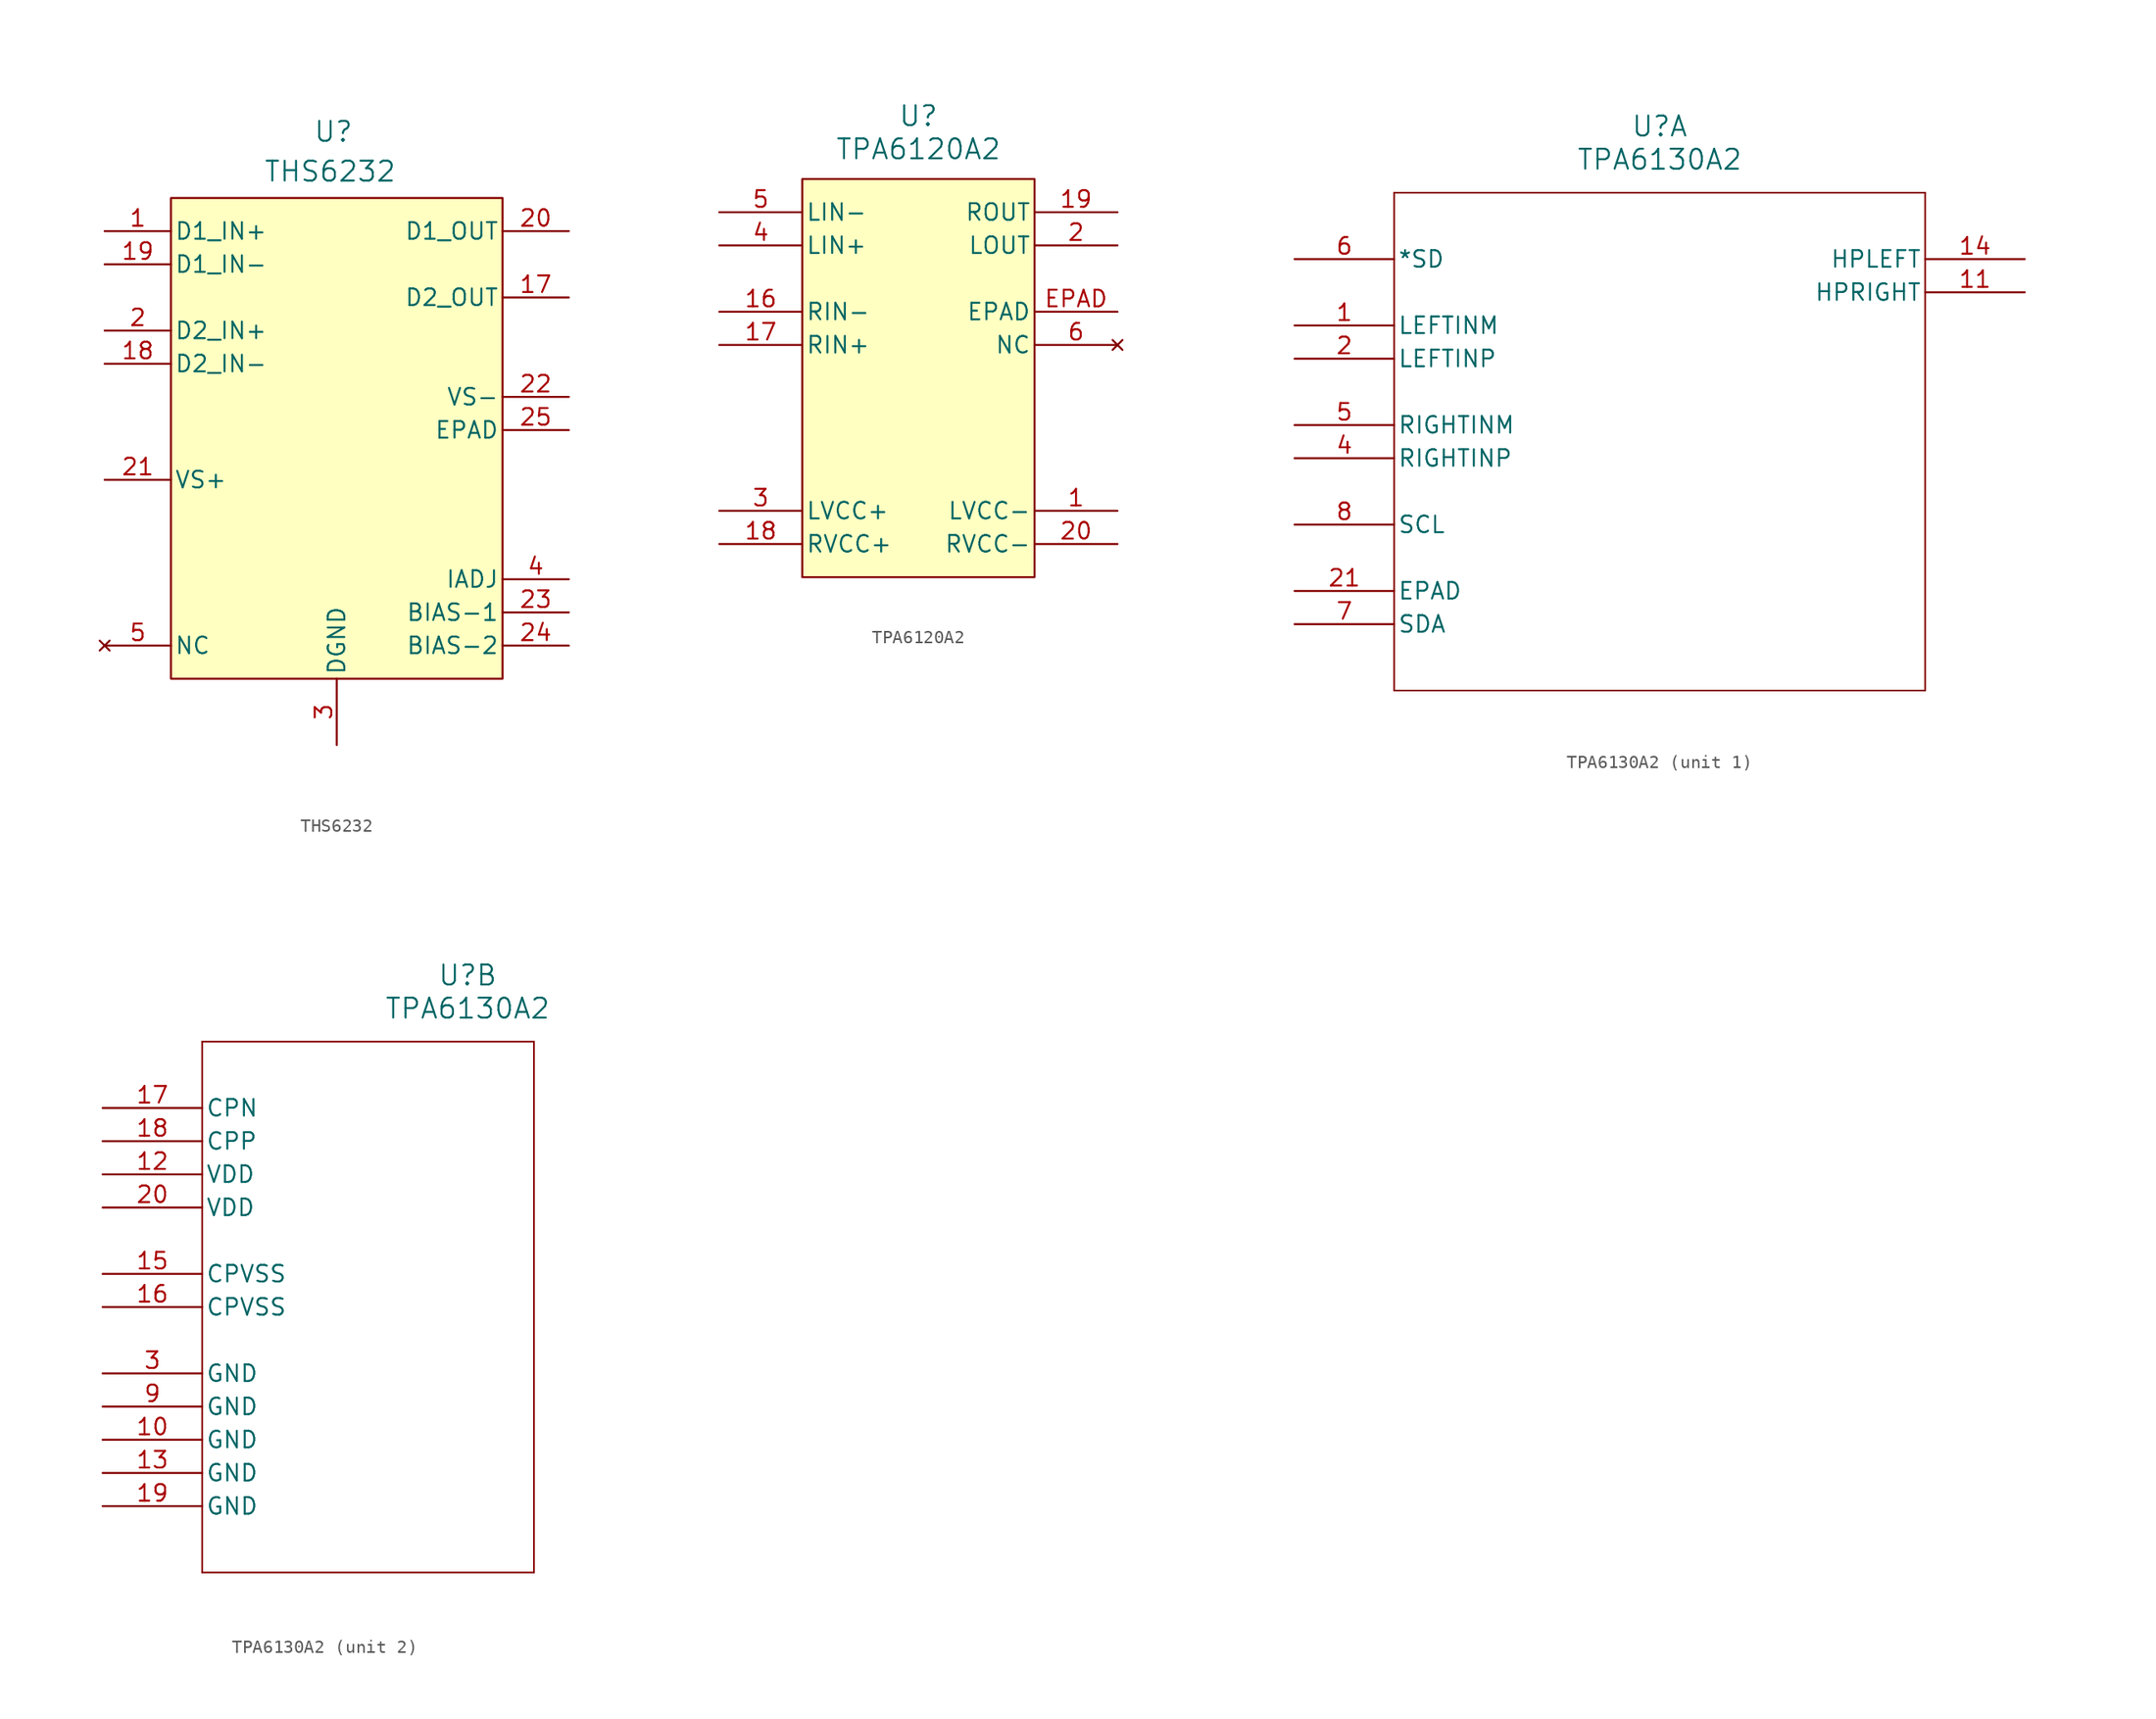
<source format=kicad_sym>
(kicad_symbol_lib
  (version 20241209)
  (generator "kicad_symbol_editor")
  (generator_version "9.0")
  (symbol "THS6232"
    (pin_names
      (offset 0.254))
    (property "Reference" "U"
      (at -0.254 24.13 0)
      (effects (font (size 1.524 1.524))))
    (property "Value" "THS6232"
      (at -0.508 21.082 0)
      (effects (font (size 1.524 1.524))))
    (symbol "THS6232_0_1"
      (pin input line (at -17.78 16.51 0) (length 5.08) (name "D1_IN+" (effects (font (size 1.27 1.27)))) (number "1" (effects (font (size 1.27 1.27)))))
      (pin input line (at -17.78 13.97 0) (length 5.08) (name "D1_IN-" (effects (font (size 1.27 1.27)))) (number "19" (effects (font (size 1.27 1.27)))))
      (pin input line (at -17.78 8.89 0) (length 5.08) (name "D2_IN+" (effects (font (size 1.27 1.27)))) (number "2" (effects (font (size 1.27 1.27)))))
      (pin input line (at -17.78 6.35 0) (length 5.08) (name "D2_IN-" (effects (font (size 1.27 1.27)))) (number "18" (effects (font (size 1.27 1.27)))))
      (pin power_in line (at -17.78 -2.54 0) (length 5.08) (name "VS+" (effects (font (size 1.27 1.27)))) (number "21" (effects (font (size 1.27 1.27)))))
      (pin no_connect line (at -17.78 -15.24 0) (length 5.08) (hide yes) (name "NC" (effects (font (size 1.27 1.27)))) (number "10" (effects (font (size 1.27 1.27)))))
      (pin no_connect line (at -17.78 -15.24 0) (length 5.08) (hide yes) (name "NC" (effects (font (size 1.27 1.27)))) (number "11" (effects (font (size 1.27 1.27)))))
      (pin no_connect line (at -17.78 -15.24 0) (length 5.08) (hide yes) (name "NC" (effects (font (size 1.27 1.27)))) (number "12" (effects (font (size 1.27 1.27)))))
      (pin no_connect line (at -17.78 -15.24 0) (length 5.08) (hide yes) (name "NC" (effects (font (size 1.27 1.27)))) (number "13" (effects (font (size 1.27 1.27)))))
      (pin no_connect line (at -17.78 -15.24 0) (length 5.08) (hide yes) (name "NC" (effects (font (size 1.27 1.27)))) (number "14" (effects (font (size 1.27 1.27)))))
      (pin no_connect line (at -17.78 -15.24 0) (length 5.08) (hide yes) (name "NC" (effects (font (size 1.27 1.27)))) (number "15" (effects (font (size 1.27 1.27)))))
      (pin no_connect line (at -17.78 -15.24 0) (length 5.08) (hide yes) (name "NC" (effects (font (size 1.27 1.27)))) (number "16" (effects (font (size 1.27 1.27)))))
      (pin no_connect line (at -17.78 -15.24 0) (length 5.08) (name "NC" (effects (font (size 1.27 1.27)))) (number "5" (effects (font (size 1.27 1.27)))))
      (pin no_connect line (at -17.78 -15.24 0) (length 5.08) (hide yes) (name "NC" (effects (font (size 1.27 1.27)))) (number "6" (effects (font (size 1.27 1.27)))))
      (pin no_connect line (at -17.78 -15.24 0) (length 5.08) (hide yes) (name "NC" (effects (font (size 1.27 1.27)))) (number "7" (effects (font (size 1.27 1.27)))))
      (pin no_connect line (at -17.78 -15.24 0) (length 5.08) (hide yes) (name "NC" (effects (font (size 1.27 1.27)))) (number "8" (effects (font (size 1.27 1.27)))))
      (pin no_connect line (at -17.78 -15.24 0) (length 5.08) (hide yes) (name "NC" (effects (font (size 1.27 1.27)))) (number "9" (effects (font (size 1.27 1.27)))))
      (pin power_in line (at 0 -22.86 90) (length 5.08) (name "DGND" (effects (font (size 1.27 1.27)))) (number "3" (effects (font (size 1.27 1.27)))))
      (pin output line (at 17.78 16.51 180) (length 5.08) (name "D1_OUT" (effects (font (size 1.27 1.27)))) (number "20" (effects (font (size 1.27 1.27)))))
      (pin output line (at 17.78 11.43 180) (length 5.08) (name "D2_OUT" (effects (font (size 1.27 1.27)))) (number "17" (effects (font (size 1.27 1.27)))))
      (pin power_in line (at 17.78 3.81 180) (length 5.08) (name "VS-" (effects (font (size 1.27 1.27)))) (number "22" (effects (font (size 1.27 1.27)))))
      (pin input line (at 17.78 -10.16 180) (length 5.08) (name "IADJ" (effects (font (size 1.27 1.27)))) (number "4" (effects (font (size 1.27 1.27)))))
      (pin input line (at 17.78 -12.7 180) (length 5.08) (name "BIAS-1" (effects (font (size 1.27 1.27)))) (number "23" (effects (font (size 1.27 1.27)))))
      (pin input line (at 17.78 -15.24 180) (length 5.08) (name "BIAS-2" (effects (font (size 1.27 1.27)))) (number "24" (effects (font (size 1.27 1.27))))))
    (symbol "THS6232_1_1"
      (rectangle (start -12.7 19.05) (end 12.7 -17.78) (stroke (width 0) (type default)) (fill (type background)))
      (pin power_in line (at 17.78 1.27 180) (length 5.08) (name "EPAD" (effects (font (size 1.27 1.27)))) (number "25" (effects (font (size 1.27 1.27)))))))
  (symbol "TPA6120A2"
    (pin_names
      (offset 0.254))
    (property "Reference" "U"
      (at 0 14.986 0)
      (effects (font (size 1.524 1.524))))
    (property "Value" "TPA6120A2"
      (at 0 12.446 0)
      (effects (font (size 1.524 1.524))))
    (symbol "TPA6120A2_1_1"
      (rectangle (start -8.89 10.16) (end 8.89 -20.32) (stroke (width 0) (type default)) (fill (type background)))
      (pin input line (at -15.24 7.62 0) (length 6.35) (name "LIN-" (effects (font (size 1.27 1.27)))) (number "5" (effects (font (size 1.27 1.27)))))
      (pin input line (at -15.24 5.08 0) (length 6.35) (name "LIN+" (effects (font (size 1.27 1.27)))) (number "4" (effects (font (size 1.27 1.27)))))
      (pin input line (at -15.24 0 0) (length 6.35) (name "RIN-" (effects (font (size 1.27 1.27)))) (number "16" (effects (font (size 1.27 1.27)))))
      (pin input line (at -15.24 -2.54 0) (length 6.35) (name "RIN+" (effects (font (size 1.27 1.27)))) (number "17" (effects (font (size 1.27 1.27)))))
      (pin power_in line (at -15.24 -15.24 0) (length 6.35) (name "LVCC+" (effects (font (size 1.27 1.27)))) (number "3" (effects (font (size 1.27 1.27)))))
      (pin power_in line (at -15.24 -17.78 0) (length 6.35) (name "RVCC+" (effects (font (size 1.27 1.27)))) (number "18" (effects (font (size 1.27 1.27)))))
      (pin output line (at 15.24 7.62 180) (length 6.35) (name "ROUT" (effects (font (size 1.27 1.27)))) (number "19" (effects (font (size 1.27 1.27)))))
      (pin output line (at 15.24 5.08 180) (length 6.35) (name "LOUT" (effects (font (size 1.27 1.27)))) (number "2" (effects (font (size 1.27 1.27)))))
      (pin unspecified line (at 15.24 0 180) (length 6.35) (name "EPAD" (effects (font (size 1.27 1.27)))) (number "EPAD" (effects (font (size 1.27 1.27)))))
      (pin no_connect line (at 15.24 -2.54 180) (length 6.35) (hide yes) (name "NC" (effects (font (size 1.27 1.27)))) (number "10" (effects (font (size 1.27 1.27)))))
      (pin no_connect line (at 15.24 -2.54 180) (length 6.35) (hide yes) (name "NC" (effects (font (size 1.27 1.27)))) (number "11" (effects (font (size 1.27 1.27)))))
      (pin no_connect line (at 15.24 -2.54 180) (length 6.35) (hide yes) (name "NC" (effects (font (size 1.27 1.27)))) (number "12" (effects (font (size 1.27 1.27)))))
      (pin no_connect line (at 15.24 -2.54 180) (length 6.35) (hide yes) (name "NC" (effects (font (size 1.27 1.27)))) (number "13" (effects (font (size 1.27 1.27)))))
      (pin no_connect line (at 15.24 -2.54 180) (length 6.35) (hide yes) (name "NC" (effects (font (size 1.27 1.27)))) (number "14" (effects (font (size 1.27 1.27)))))
      (pin no_connect line (at 15.24 -2.54 180) (length 6.35) (hide yes) (name "NC" (effects (font (size 1.27 1.27)))) (number "15" (effects (font (size 1.27 1.27)))))
      (pin no_connect line (at 15.24 -2.54 180) (length 6.35) (name "NC" (effects (font (size 1.27 1.27)))) (number "6" (effects (font (size 1.27 1.27)))))
      (pin no_connect line (at 15.24 -2.54 180) (length 6.35) (hide yes) (name "NC" (effects (font (size 1.27 1.27)))) (number "7" (effects (font (size 1.27 1.27)))))
      (pin no_connect line (at 15.24 -2.54 180) (length 6.35) (hide yes) (name "NC" (effects (font (size 1.27 1.27)))) (number "8" (effects (font (size 1.27 1.27)))))
      (pin no_connect line (at 15.24 -2.54 180) (length 6.35) (hide yes) (name "NC" (effects (font (size 1.27 1.27)))) (number "9" (effects (font (size 1.27 1.27)))))
      (pin power_in line (at 15.24 -15.24 180) (length 6.35) (name "LVCC-" (effects (font (size 1.27 1.27)))) (number "1" (effects (font (size 1.27 1.27)))))
      (pin power_in line (at 15.24 -17.78 180) (length 6.35) (name "RVCC-" (effects (font (size 1.27 1.27)))) (number "20" (effects (font (size 1.27 1.27)))))))
  (symbol "TPA6130A2"
    (pin_names
      (offset 0.254))
    (property "Reference" "U"
      (at 27.94 10.16 0)
      (effects (font (size 1.524 1.524))))
    (property "Value" "TPA6130A2"
      (at 27.94 7.62 0)
      (effects (font (size 1.524 1.524))))
    (property "ki_locked" ""
      (at 0 0 0)
      (effects (font (size 1.27 1.27))))
    (symbol "TPA6130A2_1_1"
      (polyline (pts (xy 7.62 5.08) (xy 7.62 -33.02)) (stroke (width 0.127) (type default)) (fill (type none)))
      (polyline (pts (xy 7.62 -33.02) (xy 48.26 -33.02)) (stroke (width 0.127) (type default)) (fill (type none)))
      (polyline (pts (xy 48.26 5.08) (xy 7.62 5.08)) (stroke (width 0.127) (type default)) (fill (type none)))
      (polyline (pts (xy 48.26 -33.02) (xy 48.26 5.08)) (stroke (width 0.127) (type default)) (fill (type none)))
      (pin input line (at 0 0 0) (length 7.62) (name "*SD" (effects (font (size 1.27 1.27)))) (number "6" (effects (font (size 1.27 1.27)))))
      (pin input line (at 0 -5.08 0) (length 7.62) (name "LEFTINM" (effects (font (size 1.27 1.27)))) (number "1" (effects (font (size 1.27 1.27)))))
      (pin input line (at 0 -7.62 0) (length 7.62) (name "LEFTINP" (effects (font (size 1.27 1.27)))) (number "2" (effects (font (size 1.27 1.27)))))
      (pin input line (at 0 -12.7 0) (length 7.62) (name "RIGHTINM" (effects (font (size 1.27 1.27)))) (number "5" (effects (font (size 1.27 1.27)))))
      (pin input line (at 0 -15.24 0) (length 7.62) (name "RIGHTINP" (effects (font (size 1.27 1.27)))) (number "4" (effects (font (size 1.27 1.27)))))
      (pin input line (at 0 -20.32 0) (length 7.62) (name "SCL" (effects (font (size 1.27 1.27)))) (number "8" (effects (font (size 1.27 1.27)))))
      (pin unspecified line (at 0 -25.4 0) (length 7.62) (name "EPAD" (effects (font (size 1.27 1.27)))) (number "21" (effects (font (size 1.27 1.27)))))
      (pin bidirectional line (at 0 -27.94 0) (length 7.62) (name "SDA" (effects (font (size 1.27 1.27)))) (number "7" (effects (font (size 1.27 1.27)))))
      (pin output line (at 55.88 0 180) (length 7.62) (name "HPLEFT" (effects (font (size 1.27 1.27)))) (number "14" (effects (font (size 1.27 1.27)))))
      (pin output line (at 55.88 -2.54 180) (length 7.62) (name "HPRIGHT" (effects (font (size 1.27 1.27)))) (number "11" (effects (font (size 1.27 1.27))))))
    (symbol "TPA6130A2_2_1"
      (polyline (pts (xy 7.62 5.08) (xy 7.62 -35.56)) (stroke (width 0.127) (type default)) (fill (type none)))
      (polyline (pts (xy 7.62 -35.56) (xy 33.02 -35.56)) (stroke (width 0.127) (type default)) (fill (type none)))
      (polyline (pts (xy 33.02 5.08) (xy 7.62 5.08)) (stroke (width 0.127) (type default)) (fill (type none)))
      (polyline (pts (xy 33.02 -35.56) (xy 33.02 5.08)) (stroke (width 0.127) (type default)) (fill (type none)))
      (pin power_in line (at 0 0 0) (length 7.62) (name "CPN" (effects (font (size 1.27 1.27)))) (number "17" (effects (font (size 1.27 1.27)))))
      (pin power_in line (at 0 -2.54 0) (length 7.62) (name "CPP" (effects (font (size 1.27 1.27)))) (number "18" (effects (font (size 1.27 1.27)))))
      (pin power_in line (at 0 -5.08 0) (length 7.62) (name "VDD" (effects (font (size 1.27 1.27)))) (number "12" (effects (font (size 1.27 1.27)))))
      (pin power_in line (at 0 -7.62 0) (length 7.62) (name "VDD" (effects (font (size 1.27 1.27)))) (number "20" (effects (font (size 1.27 1.27)))))
      (pin power_in line (at 0 -12.7 0) (length 7.62) (name "CPVSS" (effects (font (size 1.27 1.27)))) (number "15" (effects (font (size 1.27 1.27)))))
      (pin power_in line (at 0 -15.24 0) (length 7.62) (name "CPVSS" (effects (font (size 1.27 1.27)))) (number "16" (effects (font (size 1.27 1.27)))))
      (pin power_in line (at 0 -20.32 0) (length 7.62) (name "GND" (effects (font (size 1.27 1.27)))) (number "3" (effects (font (size 1.27 1.27)))))
      (pin power_in line (at 0 -22.86 0) (length 7.62) (name "GND" (effects (font (size 1.27 1.27)))) (number "9" (effects (font (size 1.27 1.27)))))
      (pin power_in line (at 0 -25.4 0) (length 7.62) (name "GND" (effects (font (size 1.27 1.27)))) (number "10" (effects (font (size 1.27 1.27)))))
      (pin power_in line (at 0 -27.94 0) (length 7.62) (name "GND" (effects (font (size 1.27 1.27)))) (number "13" (effects (font (size 1.27 1.27)))))
      (pin power_in line (at 0 -30.48 0) (length 7.62) (name "GND" (effects (font (size 1.27 1.27)))) (number "19" (effects (font (size 1.27 1.27))))))))
</source>
